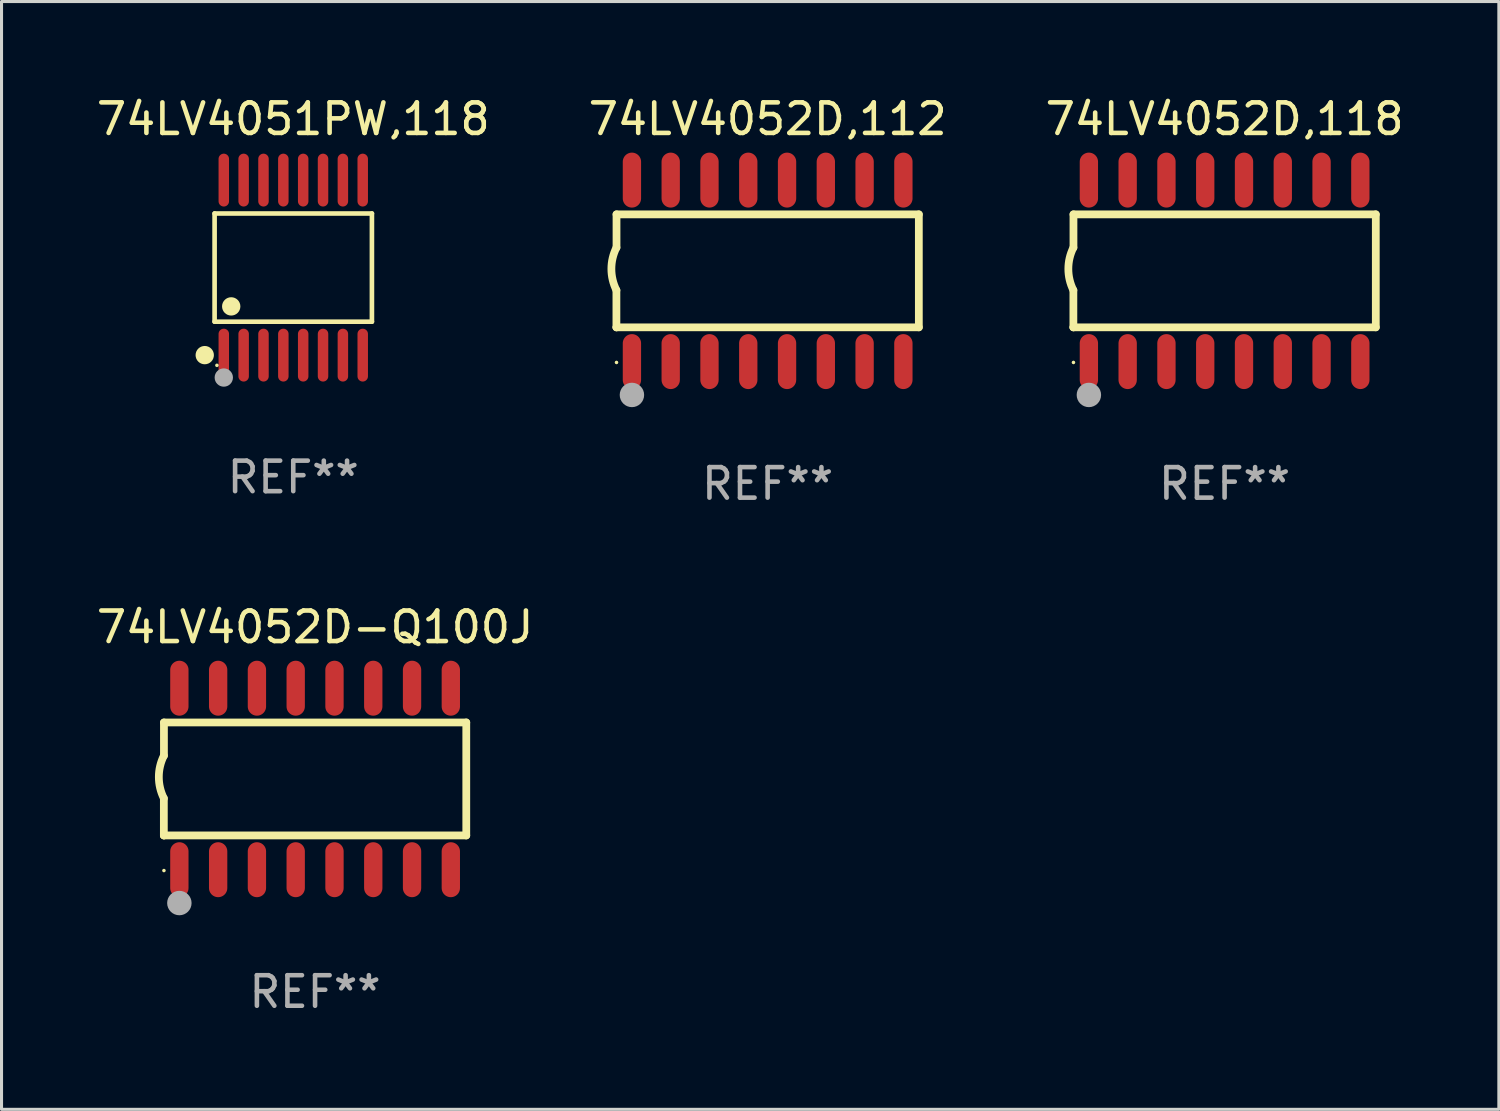
<source format=kicad_pcb>
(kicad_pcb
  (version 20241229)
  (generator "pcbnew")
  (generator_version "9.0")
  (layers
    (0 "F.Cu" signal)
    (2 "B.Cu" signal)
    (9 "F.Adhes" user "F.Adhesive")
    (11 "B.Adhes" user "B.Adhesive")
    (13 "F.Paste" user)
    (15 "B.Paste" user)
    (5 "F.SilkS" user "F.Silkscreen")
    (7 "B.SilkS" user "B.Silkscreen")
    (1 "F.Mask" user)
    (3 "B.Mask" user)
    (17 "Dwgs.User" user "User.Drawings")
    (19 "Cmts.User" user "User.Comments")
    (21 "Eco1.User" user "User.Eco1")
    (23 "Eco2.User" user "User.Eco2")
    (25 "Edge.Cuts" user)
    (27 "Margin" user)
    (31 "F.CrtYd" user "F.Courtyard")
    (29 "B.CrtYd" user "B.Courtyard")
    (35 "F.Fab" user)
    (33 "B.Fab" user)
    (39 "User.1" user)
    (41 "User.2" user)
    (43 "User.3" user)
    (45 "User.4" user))
  (footprint "74LV4052D-Q100J"
    (layer "F.Cu")
    (at 7.268 22.46)
    (property "Reference" "74LV4052D-Q100J" (at 0 -4.972 0) (layer "F.SilkS") (effects (font (size 1 1) (thickness 0.15))))
    (attr through_hole)
    (fp_line (start -4.952 0.635) (end -4.952 1.85) (stroke (width 0.254) (type solid)) (layer "F.SilkS"))
    (fp_line (start -4.952 1.85) (end -4.949 1.85) (stroke (width 0.254) (type solid)) (layer "F.SilkS"))
    (fp_line (start -4.949 -1.85) (end -4.949 -0.762) (stroke (width 0.254) (type solid)) (layer "F.SilkS"))
    (fp_line (start -4.949 1.85) (end 4.952 1.85) (stroke (width 0.254) (type solid)) (layer "F.SilkS"))
    (fp_line (start 4.952 -1.85) (end -4.949 -1.85) (stroke (width 0.254) (type solid)) (layer "F.SilkS"))
    (fp_line (start 4.952 1.85) (end 4.952 -1.85) (stroke (width 0.254) (type solid)) (layer "F.SilkS"))
    (fp_arc (start -4.951524 0.635001) (mid -5.116418 -0.0635) (end -4.951524 -0.762002) (stroke (width 0.254001) (type solid)) (layer "F.SilkS"))
    (fp_circle (center -4.949 3) (end -4.919 3) (stroke (width 0.06) (type solid)) (fill no) (layer "F.SilkS"))
    (fp_circle (center -4.444 4.064) (end -4.244 4.064) (stroke (width 0.4) (type solid)) (fill no) (layer "F.Fab"))
    (fp_text user "REF**" (at 0 6.972 0) (layer "F.Fab") (effects (font (size 1 1) (thickness 0.15))))
    (pad "1" smd oval (at -4.444 2.972 180) (size 0.6 1.8) (layers "F.Cu" "F.Mask" "F.Paste"))
    (pad "2" smd oval (at -3.174 2.972 180) (size 0.6 1.8) (layers "F.Cu" "F.Mask" "F.Paste"))
    (pad "3" smd oval (at -1.904 2.972 180) (size 0.6 1.8) (layers "F.Cu" "F.Mask" "F.Paste"))
    (pad "4" smd oval (at -0.634 2.972 180) (size 0.6 1.8) (layers "F.Cu" "F.Mask" "F.Paste"))
    (pad "5" smd oval (at 0.636 2.972 180) (size 0.6 1.8) (layers "F.Cu" "F.Mask" "F.Paste"))
    (pad "6" smd oval (at 1.906 2.972 180) (size 0.6 1.8) (layers "F.Cu" "F.Mask" "F.Paste"))
    (pad "7" smd oval (at 3.176 2.972 180) (size 0.6 1.8) (layers "F.Cu" "F.Mask" "F.Paste"))
    (pad "8" smd oval (at 4.446 2.972 180) (size 0.6 1.8) (layers "F.Cu" "F.Mask" "F.Paste"))
    (pad "9" smd oval (at 4.446 -2.972 180) (size 0.6 1.8) (layers "F.Cu" "F.Mask" "F.Paste"))
    (pad "10" smd oval (at 3.176 -2.972 180) (size 0.6 1.8) (layers "F.Cu" "F.Mask" "F.Paste"))
    (pad "11" smd oval (at 1.906 -2.972 180) (size 0.6 1.8) (layers "F.Cu" "F.Mask" "F.Paste"))
    (pad "12" smd oval (at 0.636 -2.972 180) (size 0.6 1.8) (layers "F.Cu" "F.Mask" "F.Paste"))
    (pad "13" smd oval (at -0.634 -2.972 180) (size 0.6 1.8) (layers "F.Cu" "F.Mask" "F.Paste"))
    (pad "14" smd oval (at -1.904 -2.972 180) (size 0.6 1.8) (layers "F.Cu" "F.Mask" "F.Paste"))
    (pad "15" smd oval (at -3.174 -2.972 180) (size 0.6 1.8) (layers "F.Cu" "F.Mask" "F.Paste"))
    (pad "16" smd oval (at -4.444 -2.972 180) (size 0.6 1.8) (layers "F.Cu" "F.Mask" "F.Paste")))
  (footprint "74LV4051PW,118"
    (layer "F.Cu")
    (at 6.554 5.714)
    (property "Reference" "74LV4051PW,118" (at 0 -4.866 0) (layer "F.SilkS") (effects (font (size 1 1) (thickness 0.15))))
    (attr through_hole)
    (fp_line (start -2.576 -1.772) (end 2.576 -1.772) (stroke (width 0.152) (type solid)) (layer "F.SilkS"))
    (fp_line (start -2.576 1.771) (end -2.576 -1.772) (stroke (width 0.152) (type solid)) (layer "F.SilkS"))
    (fp_line (start 2.576 -1.772) (end 2.576 1.771) (stroke (width 0.152) (type solid)) (layer "F.SilkS"))
    (fp_line (start 2.576 1.771) (end -2.576 1.771) (stroke (width 0.152) (type solid)) (layer "F.SilkS"))
    (fp_circle (center -2.899 2.866) (end -2.749 2.866) (stroke (width 0.3) (type solid)) (fill no) (layer "F.SilkS"))
    (fp_circle (center -2.5 3.2) (end -2.47 3.2) (stroke (width 0.06) (type solid)) (fill no) (layer "F.SilkS"))
    (fp_circle (center -2.032 1.27) (end -1.882 1.27) (stroke (width 0.3) (type solid)) (fill no) (layer "F.SilkS"))
    (fp_circle (center -2.275 3.6) (end -2.125 3.6) (stroke (width 0.3) (type solid)) (fill no) (layer "F.Fab"))
    (fp_text user "REF**" (at 0 6.866 0) (layer "F.Fab") (effects (font (size 1 1) (thickness 0.15))))
    (pad "1" smd oval (at -2.275 2.866) (size 0.343 1.731) (layers "F.Cu" "F.Mask" "F.Paste"))
    (pad "2" smd oval (at -1.625 2.866) (size 0.343 1.731) (layers "F.Cu" "F.Mask" "F.Paste"))
    (pad "3" smd oval (at -0.975 2.866) (size 0.343 1.731) (layers "F.Cu" "F.Mask" "F.Paste"))
    (pad "4" smd oval (at -0.325 2.866) (size 0.343 1.731) (layers "F.Cu" "F.Mask" "F.Paste"))
    (pad "5" smd oval (at 0.325 2.866) (size 0.343 1.731) (layers "F.Cu" "F.Mask" "F.Paste"))
    (pad "6" smd oval (at 0.975 2.866) (size 0.343 1.731) (layers "F.Cu" "F.Mask" "F.Paste"))
    (pad "7" smd oval (at 1.625 2.866) (size 0.343 1.731) (layers "F.Cu" "F.Mask" "F.Paste"))
    (pad "8" smd oval (at 2.275 2.866) (size 0.343 1.731) (layers "F.Cu" "F.Mask" "F.Paste"))
    (pad "9" smd oval (at 2.275 -2.866) (size 0.343 1.731) (layers "F.Cu" "F.Mask" "F.Paste"))
    (pad "10" smd oval (at 1.625 -2.866) (size 0.343 1.731) (layers "F.Cu" "F.Mask" "F.Paste"))
    (pad "11" smd oval (at 0.975 -2.866) (size 0.343 1.731) (layers "F.Cu" "F.Mask" "F.Paste"))
    (pad "12" smd oval (at 0.325 -2.866) (size 0.343 1.731) (layers "F.Cu" "F.Mask" "F.Paste"))
    (pad "13" smd oval (at -0.325 -2.866) (size 0.343 1.731) (layers "F.Cu" "F.Mask" "F.Paste"))
    (pad "14" smd oval (at -0.975 -2.866) (size 0.343 1.731) (layers "F.Cu" "F.Mask" "F.Paste"))
    (pad "15" smd oval (at -1.625 -2.866) (size 0.343 1.731) (layers "F.Cu" "F.Mask" "F.Paste"))
    (pad "16" smd oval (at -2.275 -2.866) (size 0.343 1.731) (layers "F.Cu" "F.Mask" "F.Paste")))
  (footprint "74LV4052D,118"
    (layer "F.Cu")
    (at 37.054 5.82)
    (property "Reference" "74LV4052D,118" (at 0 -4.972 0) (layer "F.SilkS") (effects (font (size 1 1) (thickness 0.15))))
    (attr through_hole)
    (fp_line (start -4.952 0.635) (end -4.952 1.85) (stroke (width 0.254) (type solid)) (layer "F.SilkS"))
    (fp_line (start -4.952 1.85) (end -4.949 1.85) (stroke (width 0.254) (type solid)) (layer "F.SilkS"))
    (fp_line (start -4.949 -1.85) (end -4.949 -0.762) (stroke (width 0.254) (type solid)) (layer "F.SilkS"))
    (fp_line (start -4.949 1.85) (end 4.952 1.85) (stroke (width 0.254) (type solid)) (layer "F.SilkS"))
    (fp_line (start 4.952 -1.85) (end -4.949 -1.85) (stroke (width 0.254) (type solid)) (layer "F.SilkS"))
    (fp_line (start 4.952 1.85) (end 4.952 -1.85) (stroke (width 0.254) (type solid)) (layer "F.SilkS"))
    (fp_arc (start -4.951524 0.635001) (mid -5.116418 -0.0635) (end -4.951524 -0.762002) (stroke (width 0.254001) (type solid)) (layer "F.SilkS"))
    (fp_circle (center -4.949 3) (end -4.919 3) (stroke (width 0.06) (type solid)) (fill no) (layer "F.SilkS"))
    (fp_circle (center -4.444 4.064) (end -4.244 4.064) (stroke (width 0.4) (type solid)) (fill no) (layer "F.Fab"))
    (fp_text user "REF**" (at 0 6.972 0) (layer "F.Fab") (effects (font (size 1 1) (thickness 0.15))))
    (pad "1" smd oval (at -4.444 2.972 180) (size 0.6 1.8) (layers "F.Cu" "F.Mask" "F.Paste"))
    (pad "2" smd oval (at -3.174 2.972 180) (size 0.6 1.8) (layers "F.Cu" "F.Mask" "F.Paste"))
    (pad "3" smd oval (at -1.904 2.972 180) (size 0.6 1.8) (layers "F.Cu" "F.Mask" "F.Paste"))
    (pad "4" smd oval (at -0.634 2.972 180) (size 0.6 1.8) (layers "F.Cu" "F.Mask" "F.Paste"))
    (pad "5" smd oval (at 0.636 2.972 180) (size 0.6 1.8) (layers "F.Cu" "F.Mask" "F.Paste"))
    (pad "6" smd oval (at 1.906 2.972 180) (size 0.6 1.8) (layers "F.Cu" "F.Mask" "F.Paste"))
    (pad "7" smd oval (at 3.176 2.972 180) (size 0.6 1.8) (layers "F.Cu" "F.Mask" "F.Paste"))
    (pad "8" smd oval (at 4.446 2.972 180) (size 0.6 1.8) (layers "F.Cu" "F.Mask" "F.Paste"))
    (pad "9" smd oval (at 4.446 -2.972 180) (size 0.6 1.8) (layers "F.Cu" "F.Mask" "F.Paste"))
    (pad "10" smd oval (at 3.176 -2.972 180) (size 0.6 1.8) (layers "F.Cu" "F.Mask" "F.Paste"))
    (pad "11" smd oval (at 1.906 -2.972 180) (size 0.6 1.8) (layers "F.Cu" "F.Mask" "F.Paste"))
    (pad "12" smd oval (at 0.636 -2.972 180) (size 0.6 1.8) (layers "F.Cu" "F.Mask" "F.Paste"))
    (pad "13" smd oval (at -0.634 -2.972 180) (size 0.6 1.8) (layers "F.Cu" "F.Mask" "F.Paste"))
    (pad "14" smd oval (at -1.904 -2.972 180) (size 0.6 1.8) (layers "F.Cu" "F.Mask" "F.Paste"))
    (pad "15" smd oval (at -3.174 -2.972 180) (size 0.6 1.8) (layers "F.Cu" "F.Mask" "F.Paste"))
    (pad "16" smd oval (at -4.444 -2.972 180) (size 0.6 1.8) (layers "F.Cu" "F.Mask" "F.Paste")))
  (footprint "74LV4052D,112"
    (layer "F.Cu")
    (at 22.089 5.82)
    (property "Reference" "74LV4052D,112" (at 0 -4.972 0) (layer "F.SilkS") (effects (font (size 1 1) (thickness 0.15))))
    (attr through_hole)
    (fp_line (start -4.952 0.635) (end -4.952 1.85) (stroke (width 0.254) (type solid)) (layer "F.SilkS"))
    (fp_line (start -4.952 1.85) (end -4.949 1.85) (stroke (width 0.254) (type solid)) (layer "F.SilkS"))
    (fp_line (start -4.949 -1.85) (end -4.949 -0.762) (stroke (width 0.254) (type solid)) (layer "F.SilkS"))
    (fp_line (start -4.949 1.85) (end 4.952 1.85) (stroke (width 0.254) (type solid)) (layer "F.SilkS"))
    (fp_line (start 4.952 -1.85) (end -4.949 -1.85) (stroke (width 0.254) (type solid)) (layer "F.SilkS"))
    (fp_line (start 4.952 1.85) (end 4.952 -1.85) (stroke (width 0.254) (type solid)) (layer "F.SilkS"))
    (fp_arc (start -4.951524 0.635001) (mid -5.116418 -0.0635) (end -4.951524 -0.762002) (stroke (width 0.254001) (type solid)) (layer "F.SilkS"))
    (fp_circle (center -4.949 3) (end -4.919 3) (stroke (width 0.06) (type solid)) (fill no) (layer "F.SilkS"))
    (fp_circle (center -4.444 4.064) (end -4.244 4.064) (stroke (width 0.4) (type solid)) (fill no) (layer "F.Fab"))
    (fp_text user "REF**" (at 0 6.972 0) (layer "F.Fab") (effects (font (size 1 1) (thickness 0.15))))
    (pad "1" smd oval (at -4.444 2.972 180) (size 0.6 1.8) (layers "F.Cu" "F.Mask" "F.Paste"))
    (pad "2" smd oval (at -3.174 2.972 180) (size 0.6 1.8) (layers "F.Cu" "F.Mask" "F.Paste"))
    (pad "3" smd oval (at -1.904 2.972 180) (size 0.6 1.8) (layers "F.Cu" "F.Mask" "F.Paste"))
    (pad "4" smd oval (at -0.634 2.972 180) (size 0.6 1.8) (layers "F.Cu" "F.Mask" "F.Paste"))
    (pad "5" smd oval (at 0.636 2.972 180) (size 0.6 1.8) (layers "F.Cu" "F.Mask" "F.Paste"))
    (pad "6" smd oval (at 1.906 2.972 180) (size 0.6 1.8) (layers "F.Cu" "F.Mask" "F.Paste"))
    (pad "7" smd oval (at 3.176 2.972 180) (size 0.6 1.8) (layers "F.Cu" "F.Mask" "F.Paste"))
    (pad "8" smd oval (at 4.446 2.972 180) (size 0.6 1.8) (layers "F.Cu" "F.Mask" "F.Paste"))
    (pad "9" smd oval (at 4.446 -2.972 180) (size 0.6 1.8) (layers "F.Cu" "F.Mask" "F.Paste"))
    (pad "10" smd oval (at 3.176 -2.972 180) (size 0.6 1.8) (layers "F.Cu" "F.Mask" "F.Paste"))
    (pad "11" smd oval (at 1.906 -2.972 180) (size 0.6 1.8) (layers "F.Cu" "F.Mask" "F.Paste"))
    (pad "12" smd oval (at 0.636 -2.972 180) (size 0.6 1.8) (layers "F.Cu" "F.Mask" "F.Paste"))
    (pad "13" smd oval (at -0.634 -2.972 180) (size 0.6 1.8) (layers "F.Cu" "F.Mask" "F.Paste"))
    (pad "14" smd oval (at -1.904 -2.972 180) (size 0.6 1.8) (layers "F.Cu" "F.Mask" "F.Paste"))
    (pad "15" smd oval (at -3.174 -2.972 180) (size 0.6 1.8) (layers "F.Cu" "F.Mask" "F.Paste"))
    (pad "16" smd oval (at -4.444 -2.972 180) (size 0.6 1.8) (layers "F.Cu" "F.Mask" "F.Paste")))
  (gr_rect
    (start -3 -3)
    (end 46.036 33.28)
    (stroke (width 0.1) (type default))
    (fill no)
    (layer "Edge.Cuts")))
</source>
